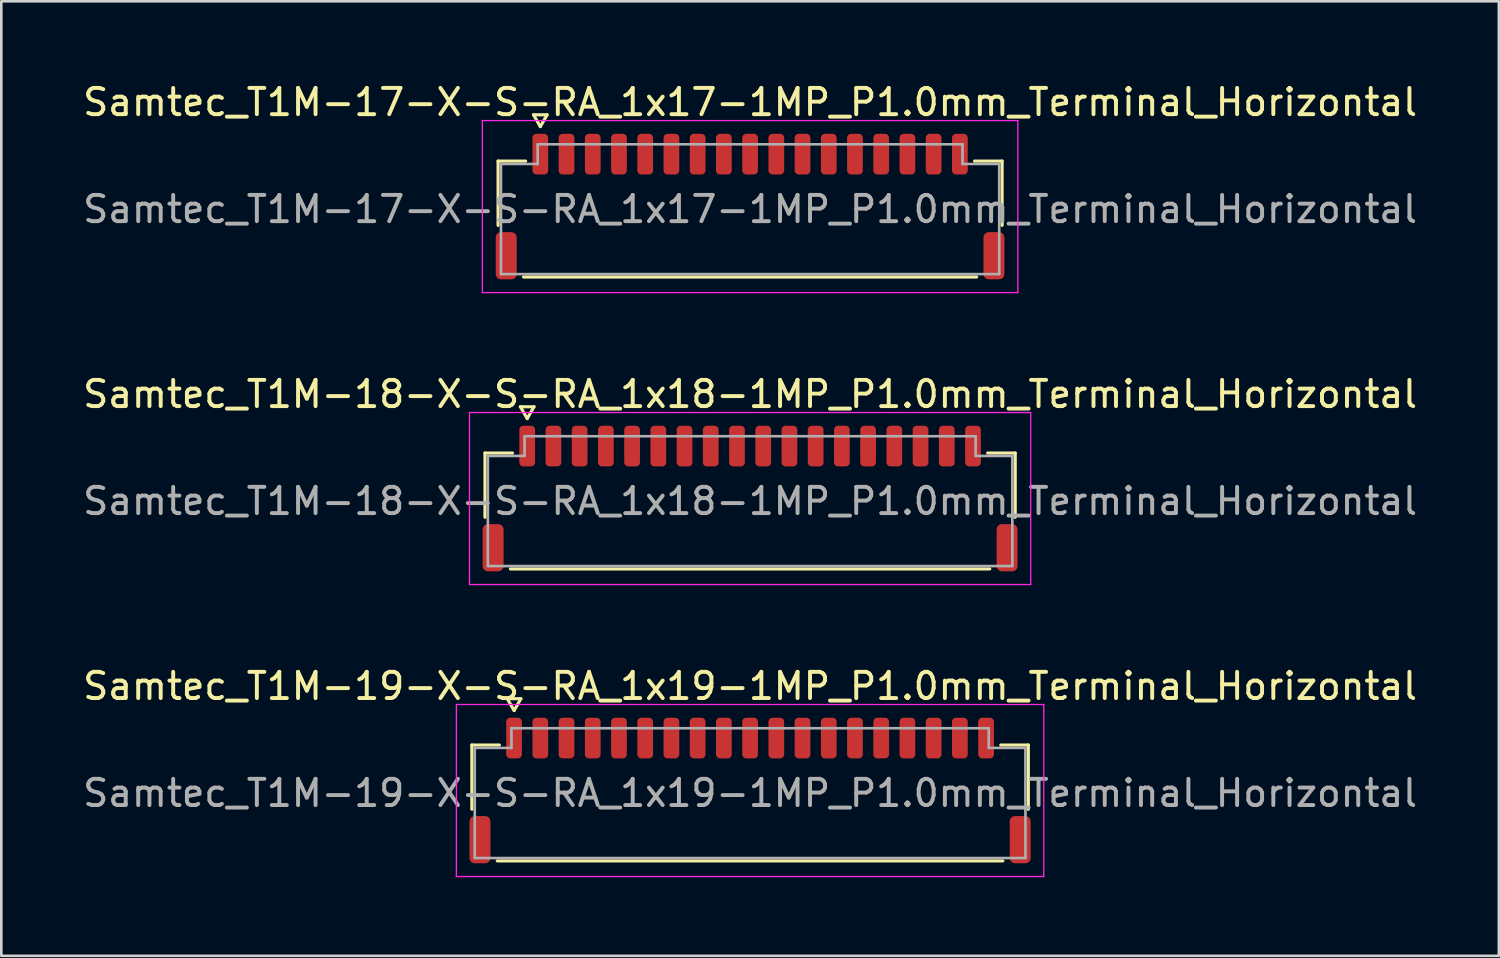
<source format=kicad_pcb>
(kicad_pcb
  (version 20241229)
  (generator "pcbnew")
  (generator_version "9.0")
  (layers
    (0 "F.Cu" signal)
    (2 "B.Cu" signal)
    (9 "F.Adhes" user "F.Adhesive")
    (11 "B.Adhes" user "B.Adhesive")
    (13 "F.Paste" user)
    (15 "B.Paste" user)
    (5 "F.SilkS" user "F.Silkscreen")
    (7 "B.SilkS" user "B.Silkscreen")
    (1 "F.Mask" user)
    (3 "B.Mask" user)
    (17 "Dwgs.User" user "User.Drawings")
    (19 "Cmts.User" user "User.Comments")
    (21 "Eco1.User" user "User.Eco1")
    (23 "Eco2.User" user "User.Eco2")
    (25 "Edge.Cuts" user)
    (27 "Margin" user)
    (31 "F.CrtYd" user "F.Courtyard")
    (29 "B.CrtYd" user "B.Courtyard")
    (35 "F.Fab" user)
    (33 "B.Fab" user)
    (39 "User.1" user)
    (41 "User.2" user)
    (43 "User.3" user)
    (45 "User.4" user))
  (footprint "Samtec_T1M-18-X-S-RA_1x18-1MP_P1.0mm_Terminal_Horizontal"
    (layer "F.Cu")
    (at 25.554 16.061)
    (property "Reference" "Samtec_T1M-18-X-S-RA_1x18-1MP_P1.0mm_Terminal_Horizontal" (at 0 -4.08 0) (layer "F.SilkS") (effects (font (size 1 1) (thickness 0.15))))
    (attr smd)
    (fp_line (start -10.11 -1.835) (end -9.06 -1.835) (stroke (width 0.12) (type solid)) (layer "F.SilkS"))
    (fp_line (start -10.11 0.615) (end -10.11 -1.835) (stroke (width 0.12) (type solid)) (layer "F.SilkS"))
    (fp_line (start -8.76 -3.6) (end -8.5 -3.15) (stroke (width 0.12) (type solid)) (layer "F.SilkS"))
    (fp_line (start -8.5 -3.15) (end -8.24 -3.6) (stroke (width 0.12) (type solid)) (layer "F.SilkS"))
    (fp_line (start -8.24 -3.6) (end -8.76 -3.6) (stroke (width 0.12) (type solid)) (layer "F.SilkS"))
    (fp_line (start 9.06 -1.835) (end 10.11 -1.835) (stroke (width 0.12) (type solid)) (layer "F.SilkS"))
    (fp_line (start 9.14 2.585) (end -9.14 2.585) (stroke (width 0.12) (type solid)) (layer "F.SilkS"))
    (fp_line (start 10.11 -1.835) (end 10.11 0.615) (stroke (width 0.12) (type solid)) (layer "F.SilkS"))
    (fp_line (start -10.7 -3.38) (end -10.7 3.18) (stroke (width 0.05) (type solid)) (layer "F.CrtYd"))
    (fp_line (start -10.7 3.18) (end 10.7 3.18) (stroke (width 0.05) (type solid)) (layer "F.CrtYd"))
    (fp_line (start 10.7 -3.38) (end -10.7 -3.38) (stroke (width 0.05) (type solid)) (layer "F.CrtYd"))
    (fp_line (start 10.7 3.18) (end 10.7 -3.38) (stroke (width 0.05) (type solid)) (layer "F.CrtYd"))
    (fp_line (start -10 -1.725) (end -8.6 -1.725) (stroke (width 0.1) (type solid)) (layer "F.Fab"))
    (fp_line (start -10 2.475) (end -10 -1.725) (stroke (width 0.1) (type solid)) (layer "F.Fab"))
    (fp_line (start -8.6 -2.475) (end 8.6 -2.475) (stroke (width 0.1) (type solid)) (layer "F.Fab"))
    (fp_line (start -8.6 -1.725) (end -8.6 -2.475) (stroke (width 0.1) (type solid)) (layer "F.Fab"))
    (fp_line (start 8.6 -2.475) (end 8.6 -1.725) (stroke (width 0.1) (type solid)) (layer "F.Fab"))
    (fp_line (start 8.6 -1.725) (end 10 -1.725) (stroke (width 0.1) (type solid)) (layer "F.Fab"))
    (fp_line (start 10 -1.725) (end 10 2.475) (stroke (width 0.1) (type solid)) (layer "F.Fab"))
    (fp_line (start 10 2.475) (end -10 2.475) (stroke (width 0.1) (type solid)) (layer "F.Fab"))
    (fp_text user "${REFERENCE}" (at 0 0 0) (layer "F.Fab") (effects (font (size 1 1) (thickness 0.15))))
    (pad "1" smd roundrect (at -8.5 -2.1) (size 0.6 1.55) (layers "F.Cu" "F.Mask" "F.Paste") (roundrect_rratio 0.25))
    (pad "2" smd roundrect (at -7.5 -2.1) (size 0.6 1.55) (layers "F.Cu" "F.Mask" "F.Paste") (roundrect_rratio 0.25))
    (pad "3" smd roundrect (at -6.5 -2.1) (size 0.6 1.55) (layers "F.Cu" "F.Mask" "F.Paste") (roundrect_rratio 0.25))
    (pad "4" smd roundrect (at -5.5 -2.1) (size 0.6 1.55) (layers "F.Cu" "F.Mask" "F.Paste") (roundrect_rratio 0.25))
    (pad "5" smd roundrect (at -4.5 -2.1) (size 0.6 1.55) (layers "F.Cu" "F.Mask" "F.Paste") (roundrect_rratio 0.25))
    (pad "6" smd roundrect (at -3.5 -2.1) (size 0.6 1.55) (layers "F.Cu" "F.Mask" "F.Paste") (roundrect_rratio 0.25))
    (pad "7" smd roundrect (at -2.5 -2.1) (size 0.6 1.55) (layers "F.Cu" "F.Mask" "F.Paste") (roundrect_rratio 0.25))
    (pad "8" smd roundrect (at -1.5 -2.1) (size 0.6 1.55) (layers "F.Cu" "F.Mask" "F.Paste") (roundrect_rratio 0.25))
    (pad "9" smd roundrect (at -0.5 -2.1) (size 0.6 1.55) (layers "F.Cu" "F.Mask" "F.Paste") (roundrect_rratio 0.25))
    (pad "10" smd roundrect (at 0.5 -2.1) (size 0.6 1.55) (layers "F.Cu" "F.Mask" "F.Paste") (roundrect_rratio 0.25))
    (pad "11" smd roundrect (at 1.5 -2.1) (size 0.6 1.55) (layers "F.Cu" "F.Mask" "F.Paste") (roundrect_rratio 0.25))
    (pad "12" smd roundrect (at 2.5 -2.1) (size 0.6 1.55) (layers "F.Cu" "F.Mask" "F.Paste") (roundrect_rratio 0.25))
    (pad "13" smd roundrect (at 3.5 -2.1) (size 0.6 1.55) (layers "F.Cu" "F.Mask" "F.Paste") (roundrect_rratio 0.25))
    (pad "14" smd roundrect (at 4.5 -2.1) (size 0.6 1.55) (layers "F.Cu" "F.Mask" "F.Paste") (roundrect_rratio 0.25))
    (pad "15" smd roundrect (at 5.5 -2.1) (size 0.6 1.55) (layers "F.Cu" "F.Mask" "F.Paste") (roundrect_rratio 0.25))
    (pad "16" smd roundrect (at 6.5 -2.1) (size 0.6 1.55) (layers "F.Cu" "F.Mask" "F.Paste") (roundrect_rratio 0.25))
    (pad "17" smd roundrect (at 7.5 -2.1) (size 0.6 1.55) (layers "F.Cu" "F.Mask" "F.Paste") (roundrect_rratio 0.25))
    (pad "18" smd roundrect (at 8.5 -2.1) (size 0.6 1.55) (layers "F.Cu" "F.Mask" "F.Paste") (roundrect_rratio 0.25))
    (pad "MP" smd roundrect (at -9.8 1.775) (size 0.8 1.8) (layers "F.Cu" "F.Mask" "F.Paste") (roundrect_rratio 0.25))
    (pad "MP" smd roundrect (at 9.8 1.775) (size 0.8 1.8) (layers "F.Cu" "F.Mask" "F.Paste") (roundrect_rratio 0.25)))
  (footprint "Samtec_T1M-17-X-S-RA_1x17-1MP_P1.0mm_Terminal_Horizontal"
    (layer "F.Cu")
    (at 25.554 4.928)
    (property "Reference" "Samtec_T1M-17-X-S-RA_1x17-1MP_P1.0mm_Terminal_Horizontal" (at 0 -4.08 0) (layer "F.SilkS") (effects (font (size 1 1) (thickness 0.15))))
    (attr smd)
    (fp_line (start -9.61 -1.835) (end -8.56 -1.835) (stroke (width 0.12) (type solid)) (layer "F.SilkS"))
    (fp_line (start -9.61 0.615) (end -9.61 -1.835) (stroke (width 0.12) (type solid)) (layer "F.SilkS"))
    (fp_line (start -8.26 -3.6) (end -8 -3.15) (stroke (width 0.12) (type solid)) (layer "F.SilkS"))
    (fp_line (start -8 -3.15) (end -7.74 -3.6) (stroke (width 0.12) (type solid)) (layer "F.SilkS"))
    (fp_line (start -7.74 -3.6) (end -8.26 -3.6) (stroke (width 0.12) (type solid)) (layer "F.SilkS"))
    (fp_line (start 8.56 -1.835) (end 9.61 -1.835) (stroke (width 0.12) (type solid)) (layer "F.SilkS"))
    (fp_line (start 8.64 2.585) (end -8.64 2.585) (stroke (width 0.12) (type solid)) (layer "F.SilkS"))
    (fp_line (start 9.61 -1.835) (end 9.61 0.615) (stroke (width 0.12) (type solid)) (layer "F.SilkS"))
    (fp_line (start -10.21 -3.38) (end -10.21 3.18) (stroke (width 0.05) (type solid)) (layer "F.CrtYd"))
    (fp_line (start -10.21 3.18) (end 10.21 3.18) (stroke (width 0.05) (type solid)) (layer "F.CrtYd"))
    (fp_line (start 10.21 -3.38) (end -10.21 -3.38) (stroke (width 0.05) (type solid)) (layer "F.CrtYd"))
    (fp_line (start 10.21 3.18) (end 10.21 -3.38) (stroke (width 0.05) (type solid)) (layer "F.CrtYd"))
    (fp_line (start -9.5 -1.725) (end -8.1 -1.725) (stroke (width 0.1) (type solid)) (layer "F.Fab"))
    (fp_line (start -9.5 2.475) (end -9.5 -1.725) (stroke (width 0.1) (type solid)) (layer "F.Fab"))
    (fp_line (start -8.1 -2.475) (end 8.1 -2.475) (stroke (width 0.1) (type solid)) (layer "F.Fab"))
    (fp_line (start -8.1 -1.725) (end -8.1 -2.475) (stroke (width 0.1) (type solid)) (layer "F.Fab"))
    (fp_line (start 8.1 -2.475) (end 8.1 -1.725) (stroke (width 0.1) (type solid)) (layer "F.Fab"))
    (fp_line (start 8.1 -1.725) (end 9.5 -1.725) (stroke (width 0.1) (type solid)) (layer "F.Fab"))
    (fp_line (start 9.5 -1.725) (end 9.5 2.475) (stroke (width 0.1) (type solid)) (layer "F.Fab"))
    (fp_line (start 9.5 2.475) (end -9.5 2.475) (stroke (width 0.1) (type solid)) (layer "F.Fab"))
    (fp_text user "${REFERENCE}" (at 0 0 0) (layer "F.Fab") (effects (font (size 1 1) (thickness 0.15))))
    (pad "1" smd roundrect (at -8 -2.1) (size 0.6 1.55) (layers "F.Cu" "F.Mask" "F.Paste") (roundrect_rratio 0.25))
    (pad "2" smd roundrect (at -7 -2.1) (size 0.6 1.55) (layers "F.Cu" "F.Mask" "F.Paste") (roundrect_rratio 0.25))
    (pad "3" smd roundrect (at -6 -2.1) (size 0.6 1.55) (layers "F.Cu" "F.Mask" "F.Paste") (roundrect_rratio 0.25))
    (pad "4" smd roundrect (at -5 -2.1) (size 0.6 1.55) (layers "F.Cu" "F.Mask" "F.Paste") (roundrect_rratio 0.25))
    (pad "5" smd roundrect (at -4 -2.1) (size 0.6 1.55) (layers "F.Cu" "F.Mask" "F.Paste") (roundrect_rratio 0.25))
    (pad "6" smd roundrect (at -3 -2.1) (size 0.6 1.55) (layers "F.Cu" "F.Mask" "F.Paste") (roundrect_rratio 0.25))
    (pad "7" smd roundrect (at -2 -2.1) (size 0.6 1.55) (layers "F.Cu" "F.Mask" "F.Paste") (roundrect_rratio 0.25))
    (pad "8" smd roundrect (at -1 -2.1) (size 0.6 1.55) (layers "F.Cu" "F.Mask" "F.Paste") (roundrect_rratio 0.25))
    (pad "9" smd roundrect (at 0 -2.1) (size 0.6 1.55) (layers "F.Cu" "F.Mask" "F.Paste") (roundrect_rratio 0.25))
    (pad "10" smd roundrect (at 1 -2.1) (size 0.6 1.55) (layers "F.Cu" "F.Mask" "F.Paste") (roundrect_rratio 0.25))
    (pad "11" smd roundrect (at 2 -2.1) (size 0.6 1.55) (layers "F.Cu" "F.Mask" "F.Paste") (roundrect_rratio 0.25))
    (pad "12" smd roundrect (at 3 -2.1) (size 0.6 1.55) (layers "F.Cu" "F.Mask" "F.Paste") (roundrect_rratio 0.25))
    (pad "13" smd roundrect (at 4 -2.1) (size 0.6 1.55) (layers "F.Cu" "F.Mask" "F.Paste") (roundrect_rratio 0.25))
    (pad "14" smd roundrect (at 5 -2.1) (size 0.6 1.55) (layers "F.Cu" "F.Mask" "F.Paste") (roundrect_rratio 0.25))
    (pad "15" smd roundrect (at 6 -2.1) (size 0.6 1.55) (layers "F.Cu" "F.Mask" "F.Paste") (roundrect_rratio 0.25))
    (pad "16" smd roundrect (at 7 -2.1) (size 0.6 1.55) (layers "F.Cu" "F.Mask" "F.Paste") (roundrect_rratio 0.25))
    (pad "17" smd roundrect (at 8 -2.1) (size 0.6 1.55) (layers "F.Cu" "F.Mask" "F.Paste") (roundrect_rratio 0.25))
    (pad "MP" smd roundrect (at -9.3 1.775) (size 0.8 1.8) (layers "F.Cu" "F.Mask" "F.Paste") (roundrect_rratio 0.25))
    (pad "MP" smd roundrect (at 9.3 1.775) (size 0.8 1.8) (layers "F.Cu" "F.Mask" "F.Paste") (roundrect_rratio 0.25)))
  (footprint "Samtec_T1M-19-X-S-RA_1x19-1MP_P1.0mm_Terminal_Horizontal"
    (layer "F.Cu")
    (at 25.554 27.195)
    (property "Reference" "Samtec_T1M-19-X-S-RA_1x19-1MP_P1.0mm_Terminal_Horizontal" (at 0 -4.08 0) (layer "F.SilkS") (effects (font (size 1 1) (thickness 0.15))))
    (attr smd)
    (fp_line (start -10.61 -1.835) (end -9.56 -1.835) (stroke (width 0.12) (type solid)) (layer "F.SilkS"))
    (fp_line (start -10.61 0.615) (end -10.61 -1.835) (stroke (width 0.12) (type solid)) (layer "F.SilkS"))
    (fp_line (start -9.26 -3.6) (end -9 -3.15) (stroke (width 0.12) (type solid)) (layer "F.SilkS"))
    (fp_line (start -9 -3.15) (end -8.74 -3.6) (stroke (width 0.12) (type solid)) (layer "F.SilkS"))
    (fp_line (start -8.74 -3.6) (end -9.26 -3.6) (stroke (width 0.12) (type solid)) (layer "F.SilkS"))
    (fp_line (start 9.56 -1.835) (end 10.61 -1.835) (stroke (width 0.12) (type solid)) (layer "F.SilkS"))
    (fp_line (start 9.64 2.585) (end -9.64 2.585) (stroke (width 0.12) (type solid)) (layer "F.SilkS"))
    (fp_line (start 10.61 -1.835) (end 10.61 0.615) (stroke (width 0.12) (type solid)) (layer "F.SilkS"))
    (fp_line (start -11.2 -3.38) (end -11.2 3.18) (stroke (width 0.05) (type solid)) (layer "F.CrtYd"))
    (fp_line (start -11.2 3.18) (end 11.2 3.18) (stroke (width 0.05) (type solid)) (layer "F.CrtYd"))
    (fp_line (start 11.2 -3.38) (end -11.2 -3.38) (stroke (width 0.05) (type solid)) (layer "F.CrtYd"))
    (fp_line (start 11.2 3.18) (end 11.2 -3.38) (stroke (width 0.05) (type solid)) (layer "F.CrtYd"))
    (fp_line (start -10.5 -1.725) (end -9.1 -1.725) (stroke (width 0.1) (type solid)) (layer "F.Fab"))
    (fp_line (start -10.5 2.475) (end -10.5 -1.725) (stroke (width 0.1) (type solid)) (layer "F.Fab"))
    (fp_line (start -9.1 -2.475) (end 9.1 -2.475) (stroke (width 0.1) (type solid)) (layer "F.Fab"))
    (fp_line (start -9.1 -1.725) (end -9.1 -2.475) (stroke (width 0.1) (type solid)) (layer "F.Fab"))
    (fp_line (start 9.1 -2.475) (end 9.1 -1.725) (stroke (width 0.1) (type solid)) (layer "F.Fab"))
    (fp_line (start 9.1 -1.725) (end 10.5 -1.725) (stroke (width 0.1) (type solid)) (layer "F.Fab"))
    (fp_line (start 10.5 -1.725) (end 10.5 2.475) (stroke (width 0.1) (type solid)) (layer "F.Fab"))
    (fp_line (start 10.5 2.475) (end -10.5 2.475) (stroke (width 0.1) (type solid)) (layer "F.Fab"))
    (fp_text user "${REFERENCE}" (at 0 0 0) (layer "F.Fab") (effects (font (size 1 1) (thickness 0.15))))
    (pad "1" smd roundrect (at -9 -2.1) (size 0.6 1.55) (layers "F.Cu" "F.Mask" "F.Paste") (roundrect_rratio 0.25))
    (pad "2" smd roundrect (at -8 -2.1) (size 0.6 1.55) (layers "F.Cu" "F.Mask" "F.Paste") (roundrect_rratio 0.25))
    (pad "3" smd roundrect (at -7 -2.1) (size 0.6 1.55) (layers "F.Cu" "F.Mask" "F.Paste") (roundrect_rratio 0.25))
    (pad "4" smd roundrect (at -6 -2.1) (size 0.6 1.55) (layers "F.Cu" "F.Mask" "F.Paste") (roundrect_rratio 0.25))
    (pad "5" smd roundrect (at -5 -2.1) (size 0.6 1.55) (layers "F.Cu" "F.Mask" "F.Paste") (roundrect_rratio 0.25))
    (pad "6" smd roundrect (at -4 -2.1) (size 0.6 1.55) (layers "F.Cu" "F.Mask" "F.Paste") (roundrect_rratio 0.25))
    (pad "7" smd roundrect (at -3 -2.1) (size 0.6 1.55) (layers "F.Cu" "F.Mask" "F.Paste") (roundrect_rratio 0.25))
    (pad "8" smd roundrect (at -2 -2.1) (size 0.6 1.55) (layers "F.Cu" "F.Mask" "F.Paste") (roundrect_rratio 0.25))
    (pad "9" smd roundrect (at -1 -2.1) (size 0.6 1.55) (layers "F.Cu" "F.Mask" "F.Paste") (roundrect_rratio 0.25))
    (pad "10" smd roundrect (at 0 -2.1) (size 0.6 1.55) (layers "F.Cu" "F.Mask" "F.Paste") (roundrect_rratio 0.25))
    (pad "11" smd roundrect (at 1 -2.1) (size 0.6 1.55) (layers "F.Cu" "F.Mask" "F.Paste") (roundrect_rratio 0.25))
    (pad "12" smd roundrect (at 2 -2.1) (size 0.6 1.55) (layers "F.Cu" "F.Mask" "F.Paste") (roundrect_rratio 0.25))
    (pad "13" smd roundrect (at 3 -2.1) (size 0.6 1.55) (layers "F.Cu" "F.Mask" "F.Paste") (roundrect_rratio 0.25))
    (pad "14" smd roundrect (at 4 -2.1) (size 0.6 1.55) (layers "F.Cu" "F.Mask" "F.Paste") (roundrect_rratio 0.25))
    (pad "15" smd roundrect (at 5 -2.1) (size 0.6 1.55) (layers "F.Cu" "F.Mask" "F.Paste") (roundrect_rratio 0.25))
    (pad "16" smd roundrect (at 6 -2.1) (size 0.6 1.55) (layers "F.Cu" "F.Mask" "F.Paste") (roundrect_rratio 0.25))
    (pad "17" smd roundrect (at 7 -2.1) (size 0.6 1.55) (layers "F.Cu" "F.Mask" "F.Paste") (roundrect_rratio 0.25))
    (pad "18" smd roundrect (at 8 -2.1) (size 0.6 1.55) (layers "F.Cu" "F.Mask" "F.Paste") (roundrect_rratio 0.25))
    (pad "19" smd roundrect (at 9 -2.1) (size 0.6 1.55) (layers "F.Cu" "F.Mask" "F.Paste") (roundrect_rratio 0.25))
    (pad "MP" smd roundrect (at -10.3 1.775) (size 0.8 1.8) (layers "F.Cu" "F.Mask" "F.Paste") (roundrect_rratio 0.25))
    (pad "MP" smd roundrect (at 10.3 1.775) (size 0.8 1.8) (layers "F.Cu" "F.Mask" "F.Paste") (roundrect_rratio 0.25)))
  (gr_rect
    (start -3 -3)
    (end 54.107 33.4)
    (stroke (width 0.1) (type default))
    (fill no)
    (layer "Edge.Cuts")))
</source>
